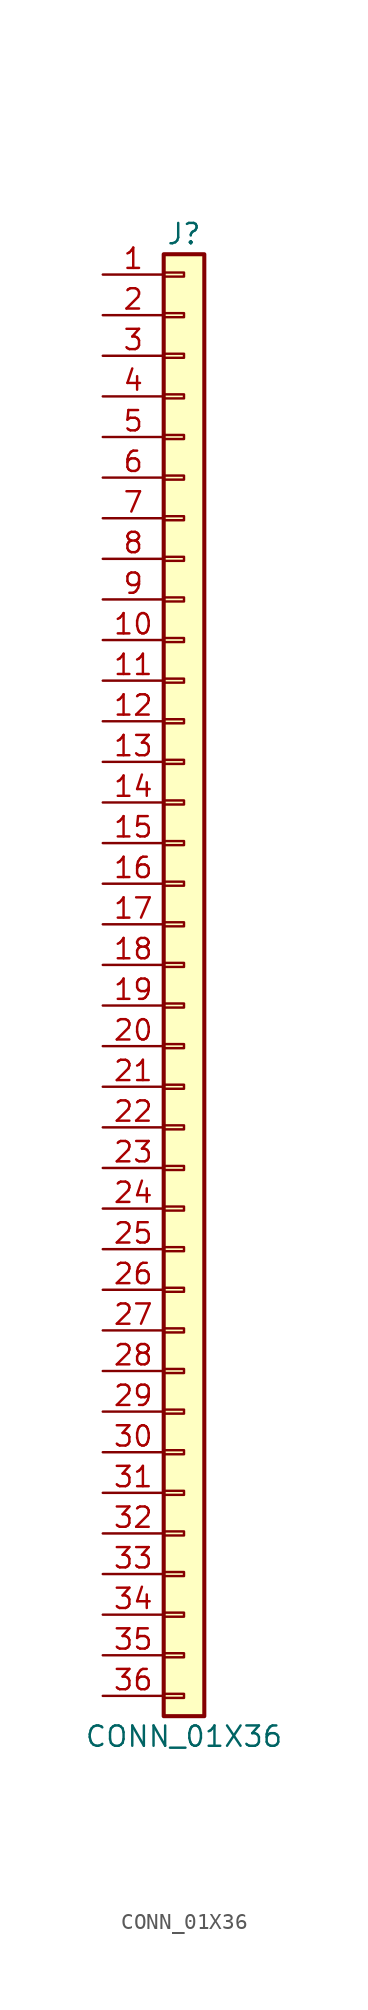
<source format=kicad_sym>
(kicad_symbol_lib
  (version 20211014)
  (generator kicad_symbol_editor)
  (symbol "CONN_01X36"
    (pin_names
      (offset 1.016) hide)
    (property "Reference" "J"
      (at 0 45.72 0)
      (effects (font (size 1.27 1.27))))
    (property "Value" "CONN_01X36"
      (at 0 -48.26 0)
      (effects (font (size 1.27 1.27))))
    (symbol "CONN_01X36_1_1"
      (rectangle (start -1.27 -45.593) (end 0 -45.847) (stroke (width 0.152) (type default) (color 0 0 0 0)) (fill (type none)))
      (rectangle (start -1.27 -43.053) (end 0 -43.307) (stroke (width 0.152) (type default) (color 0 0 0 0)) (fill (type none)))
      (rectangle (start -1.27 -40.513) (end 0 -40.767) (stroke (width 0.152) (type default) (color 0 0 0 0)) (fill (type none)))
      (rectangle (start -1.27 -37.973) (end 0 -38.227) (stroke (width 0.152) (type default) (color 0 0 0 0)) (fill (type none)))
      (rectangle (start -1.27 -35.433) (end 0 -35.687) (stroke (width 0.152) (type default) (color 0 0 0 0)) (fill (type none)))
      (rectangle (start -1.27 -32.893) (end 0 -33.147) (stroke (width 0.152) (type default) (color 0 0 0 0)) (fill (type none)))
      (rectangle (start -1.27 -30.353) (end 0 -30.607) (stroke (width 0.152) (type default) (color 0 0 0 0)) (fill (type none)))
      (rectangle (start -1.27 -27.813) (end 0 -28.067) (stroke (width 0.152) (type default) (color 0 0 0 0)) (fill (type none)))
      (rectangle (start -1.27 -25.273) (end 0 -25.527) (stroke (width 0.152) (type default) (color 0 0 0 0)) (fill (type none)))
      (rectangle (start -1.27 -22.733) (end 0 -22.987) (stroke (width 0.152) (type default) (color 0 0 0 0)) (fill (type none)))
      (rectangle (start -1.27 -20.193) (end 0 -20.447) (stroke (width 0.152) (type default) (color 0 0 0 0)) (fill (type none)))
      (rectangle (start -1.27 -17.653) (end 0 -17.907) (stroke (width 0.152) (type default) (color 0 0 0 0)) (fill (type none)))
      (rectangle (start -1.27 -15.113) (end 0 -15.367) (stroke (width 0.152) (type default) (color 0 0 0 0)) (fill (type none)))
      (rectangle (start -1.27 -12.573) (end 0 -12.827) (stroke (width 0.152) (type default) (color 0 0 0 0)) (fill (type none)))
      (rectangle (start -1.27 -10.033) (end 0 -10.287) (stroke (width 0.152) (type default) (color 0 0 0 0)) (fill (type none)))
      (rectangle (start -1.27 -7.493) (end 0 -7.747) (stroke (width 0.152) (type default) (color 0 0 0 0)) (fill (type none)))
      (rectangle (start -1.27 -4.953) (end 0 -5.207) (stroke (width 0.152) (type default) (color 0 0 0 0)) (fill (type none)))
      (rectangle (start -1.27 -2.413) (end 0 -2.667) (stroke (width 0.152) (type default) (color 0 0 0 0)) (fill (type none)))
      (rectangle (start -1.27 0.127) (end 0 -0.127) (stroke (width 0.152) (type default) (color 0 0 0 0)) (fill (type none)))
      (rectangle (start -1.27 2.667) (end 0 2.413) (stroke (width 0.152) (type default) (color 0 0 0 0)) (fill (type none)))
      (rectangle (start -1.27 5.207) (end 0 4.953) (stroke (width 0.152) (type default) (color 0 0 0 0)) (fill (type none)))
      (rectangle (start -1.27 7.747) (end 0 7.493) (stroke (width 0.152) (type default) (color 0 0 0 0)) (fill (type none)))
      (rectangle (start -1.27 10.287) (end 0 10.033) (stroke (width 0.152) (type default) (color 0 0 0 0)) (fill (type none)))
      (rectangle (start -1.27 12.827) (end 0 12.573) (stroke (width 0.152) (type default) (color 0 0 0 0)) (fill (type none)))
      (rectangle (start -1.27 15.367) (end 0 15.113) (stroke (width 0.152) (type default) (color 0 0 0 0)) (fill (type none)))
      (rectangle (start -1.27 17.907) (end 0 17.653) (stroke (width 0.152) (type default) (color 0 0 0 0)) (fill (type none)))
      (rectangle (start -1.27 20.447) (end 0 20.193) (stroke (width 0.152) (type default) (color 0 0 0 0)) (fill (type none)))
      (rectangle (start -1.27 22.987) (end 0 22.733) (stroke (width 0.152) (type default) (color 0 0 0 0)) (fill (type none)))
      (rectangle (start -1.27 25.527) (end 0 25.273) (stroke (width 0.152) (type default) (color 0 0 0 0)) (fill (type none)))
      (rectangle (start -1.27 28.067) (end 0 27.813) (stroke (width 0.152) (type default) (color 0 0 0 0)) (fill (type none)))
      (rectangle (start -1.27 30.607) (end 0 30.353) (stroke (width 0.152) (type default) (color 0 0 0 0)) (fill (type none)))
      (rectangle (start -1.27 33.147) (end 0 32.893) (stroke (width 0.152) (type default) (color 0 0 0 0)) (fill (type none)))
      (rectangle (start -1.27 35.687) (end 0 35.433) (stroke (width 0.152) (type default) (color 0 0 0 0)) (fill (type none)))
      (rectangle (start -1.27 38.227) (end 0 37.973) (stroke (width 0.152) (type default) (color 0 0 0 0)) (fill (type none)))
      (rectangle (start -1.27 40.767) (end 0 40.513) (stroke (width 0.152) (type default) (color 0 0 0 0)) (fill (type none)))
      (rectangle (start -1.27 43.307) (end 0 43.053) (stroke (width 0.152) (type default) (color 0 0 0 0)) (fill (type none)))
      (rectangle (start -1.27 44.45) (end 1.27 -46.99) (stroke (width 0.254) (type default) (color 0 0 0 0)) (fill (type background)))
      (pin passive line (at -5.08 43.18 0) (length 3.81) (name "Pin_1" (effects (font (size 1.27 1.27)))) (number "1" (effects (font (size 1.27 1.27)))))
      (pin passive line (at -5.08 20.32 0) (length 3.81) (name "Pin_10" (effects (font (size 1.27 1.27)))) (number "10" (effects (font (size 1.27 1.27)))))
      (pin passive line (at -5.08 17.78 0) (length 3.81) (name "Pin_11" (effects (font (size 1.27 1.27)))) (number "11" (effects (font (size 1.27 1.27)))))
      (pin passive line (at -5.08 15.24 0) (length 3.81) (name "Pin_12" (effects (font (size 1.27 1.27)))) (number "12" (effects (font (size 1.27 1.27)))))
      (pin passive line (at -5.08 12.7 0) (length 3.81) (name "Pin_13" (effects (font (size 1.27 1.27)))) (number "13" (effects (font (size 1.27 1.27)))))
      (pin passive line (at -5.08 10.16 0) (length 3.81) (name "Pin_14" (effects (font (size 1.27 1.27)))) (number "14" (effects (font (size 1.27 1.27)))))
      (pin passive line (at -5.08 7.62 0) (length 3.81) (name "Pin_15" (effects (font (size 1.27 1.27)))) (number "15" (effects (font (size 1.27 1.27)))))
      (pin passive line (at -5.08 5.08 0) (length 3.81) (name "Pin_16" (effects (font (size 1.27 1.27)))) (number "16" (effects (font (size 1.27 1.27)))))
      (pin passive line (at -5.08 2.54 0) (length 3.81) (name "Pin_17" (effects (font (size 1.27 1.27)))) (number "17" (effects (font (size 1.27 1.27)))))
      (pin passive line (at -5.08 0 0) (length 3.81) (name "Pin_18" (effects (font (size 1.27 1.27)))) (number "18" (effects (font (size 1.27 1.27)))))
      (pin passive line (at -5.08 -2.54 0) (length 3.81) (name "Pin_19" (effects (font (size 1.27 1.27)))) (number "19" (effects (font (size 1.27 1.27)))))
      (pin passive line (at -5.08 40.64 0) (length 3.81) (name "Pin_2" (effects (font (size 1.27 1.27)))) (number "2" (effects (font (size 1.27 1.27)))))
      (pin passive line (at -5.08 -5.08 0) (length 3.81) (name "Pin_20" (effects (font (size 1.27 1.27)))) (number "20" (effects (font (size 1.27 1.27)))))
      (pin passive line (at -5.08 -7.62 0) (length 3.81) (name "Pin_21" (effects (font (size 1.27 1.27)))) (number "21" (effects (font (size 1.27 1.27)))))
      (pin passive line (at -5.08 -10.16 0) (length 3.81) (name "Pin_22" (effects (font (size 1.27 1.27)))) (number "22" (effects (font (size 1.27 1.27)))))
      (pin passive line (at -5.08 -12.7 0) (length 3.81) (name "Pin_23" (effects (font (size 1.27 1.27)))) (number "23" (effects (font (size 1.27 1.27)))))
      (pin passive line (at -5.08 -15.24 0) (length 3.81) (name "Pin_24" (effects (font (size 1.27 1.27)))) (number "24" (effects (font (size 1.27 1.27)))))
      (pin passive line (at -5.08 -17.78 0) (length 3.81) (name "Pin_25" (effects (font (size 1.27 1.27)))) (number "25" (effects (font (size 1.27 1.27)))))
      (pin passive line (at -5.08 -20.32 0) (length 3.81) (name "Pin_26" (effects (font (size 1.27 1.27)))) (number "26" (effects (font (size 1.27 1.27)))))
      (pin passive line (at -5.08 -22.86 0) (length 3.81) (name "Pin_27" (effects (font (size 1.27 1.27)))) (number "27" (effects (font (size 1.27 1.27)))))
      (pin passive line (at -5.08 -25.4 0) (length 3.81) (name "Pin_28" (effects (font (size 1.27 1.27)))) (number "28" (effects (font (size 1.27 1.27)))))
      (pin passive line (at -5.08 -27.94 0) (length 3.81) (name "Pin_29" (effects (font (size 1.27 1.27)))) (number "29" (effects (font (size 1.27 1.27)))))
      (pin passive line (at -5.08 38.1 0) (length 3.81) (name "Pin_3" (effects (font (size 1.27 1.27)))) (number "3" (effects (font (size 1.27 1.27)))))
      (pin passive line (at -5.08 -30.48 0) (length 3.81) (name "Pin_30" (effects (font (size 1.27 1.27)))) (number "30" (effects (font (size 1.27 1.27)))))
      (pin passive line (at -5.08 -33.02 0) (length 3.81) (name "Pin_31" (effects (font (size 1.27 1.27)))) (number "31" (effects (font (size 1.27 1.27)))))
      (pin passive line (at -5.08 -35.56 0) (length 3.81) (name "Pin_32" (effects (font (size 1.27 1.27)))) (number "32" (effects (font (size 1.27 1.27)))))
      (pin passive line (at -5.08 -38.1 0) (length 3.81) (name "Pin_33" (effects (font (size 1.27 1.27)))) (number "33" (effects (font (size 1.27 1.27)))))
      (pin passive line (at -5.08 -40.64 0) (length 3.81) (name "Pin_34" (effects (font (size 1.27 1.27)))) (number "34" (effects (font (size 1.27 1.27)))))
      (pin passive line (at -5.08 -43.18 0) (length 3.81) (name "Pin_35" (effects (font (size 1.27 1.27)))) (number "35" (effects (font (size 1.27 1.27)))))
      (pin passive line (at -5.08 -45.72 0) (length 3.81) (name "Pin_36" (effects (font (size 1.27 1.27)))) (number "36" (effects (font (size 1.27 1.27)))))
      (pin passive line (at -5.08 35.56 0) (length 3.81) (name "Pin_4" (effects (font (size 1.27 1.27)))) (number "4" (effects (font (size 1.27 1.27)))))
      (pin passive line (at -5.08 33.02 0) (length 3.81) (name "Pin_5" (effects (font (size 1.27 1.27)))) (number "5" (effects (font (size 1.27 1.27)))))
      (pin passive line (at -5.08 30.48 0) (length 3.81) (name "Pin_6" (effects (font (size 1.27 1.27)))) (number "6" (effects (font (size 1.27 1.27)))))
      (pin passive line (at -5.08 27.94 0) (length 3.81) (name "Pin_7" (effects (font (size 1.27 1.27)))) (number "7" (effects (font (size 1.27 1.27)))))
      (pin passive line (at -5.08 25.4 0) (length 3.81) (name "Pin_8" (effects (font (size 1.27 1.27)))) (number "8" (effects (font (size 1.27 1.27)))))
      (pin passive line (at -5.08 22.86 0) (length 3.81) (name "Pin_9" (effects (font (size 1.27 1.27)))) (number "9" (effects (font (size 1.27 1.27))))))))
</source>
